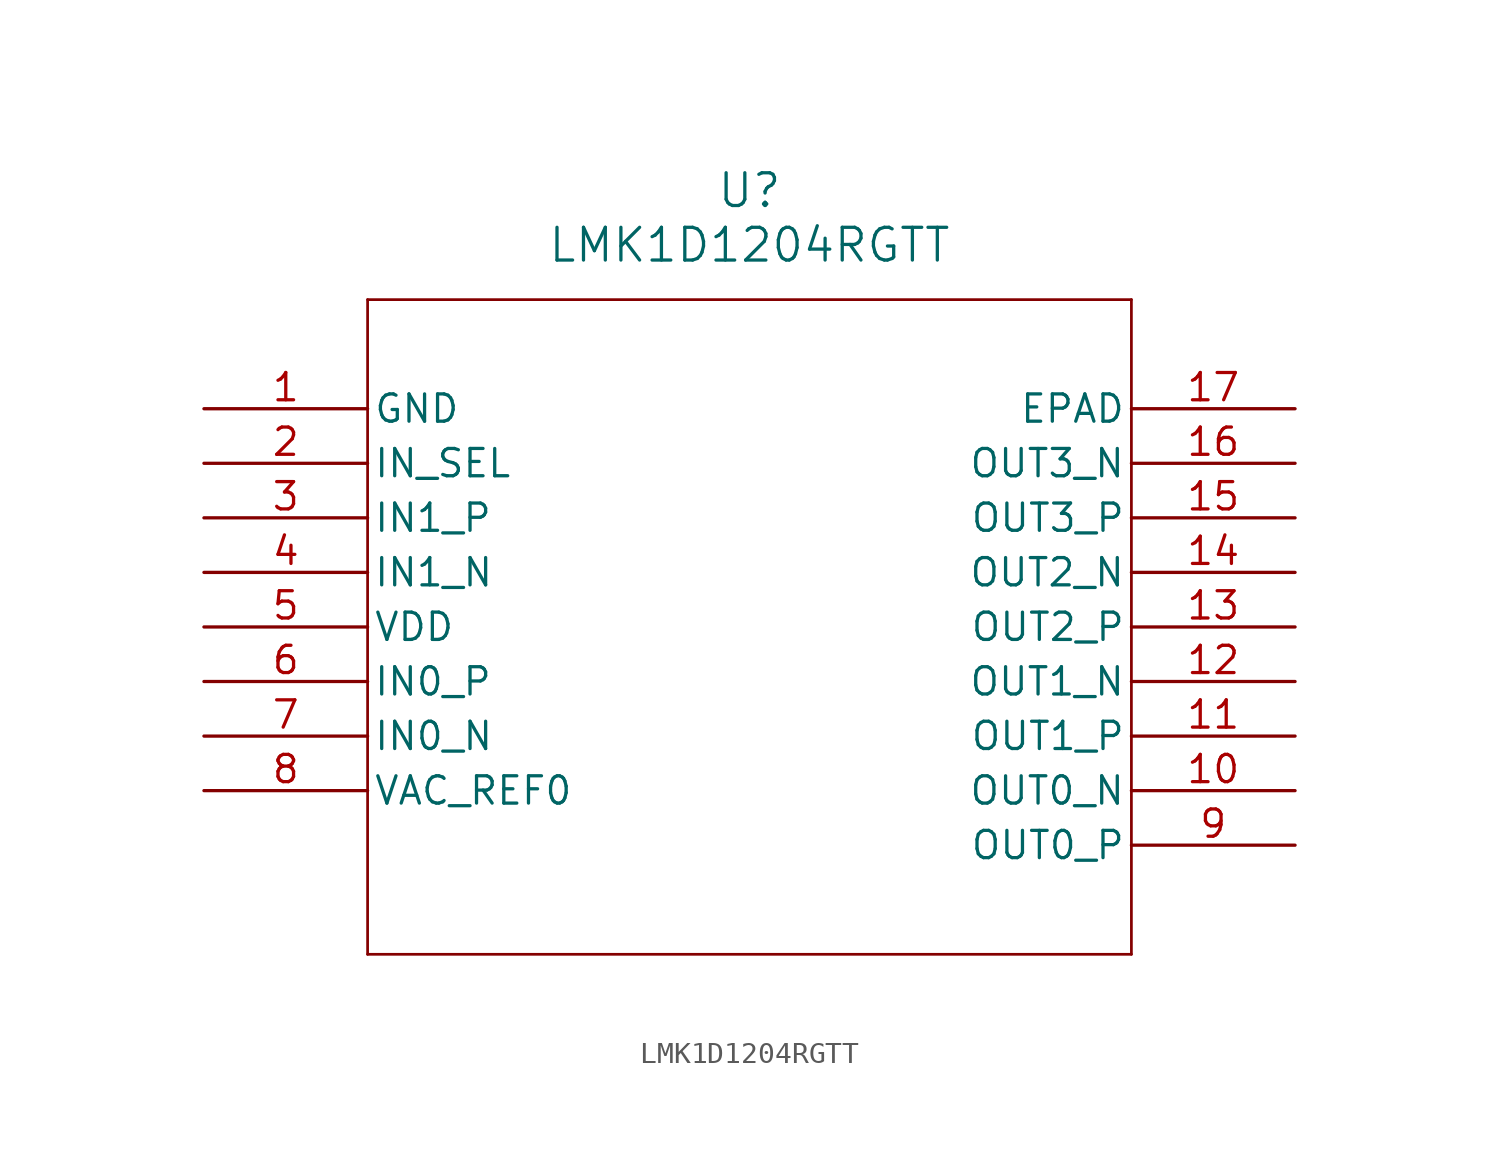
<source format=kicad_sym>
(kicad_symbol_lib
  (version 20211014)
  (generator kicad_symbol_editor)
  (symbol "LMK1D1204RGTT"
    (pin_names
      (offset 0.254))
    (property "Reference" "U"
      (at 25.4 10.16 0)
      (effects (font (size 1.524 1.524))))
    (property "Value" "LMK1D1204RGTT"
      (at 25.4 7.62 0)
      (effects (font (size 1.524 1.524))))
    (symbol "LMK1D1204RGTT_0_1"
      (polyline (pts (xy 7.62 5.08) (xy 7.62 -25.4)) (stroke (width 0.127) (type default) (color 0 0 0 0)) (fill (type none)))
      (polyline (pts (xy 7.62 -25.4) (xy 43.18 -25.4)) (stroke (width 0.127) (type default) (color 0 0 0 0)) (fill (type none)))
      (polyline (pts (xy 43.18 -25.4) (xy 43.18 5.08)) (stroke (width 0.127) (type default) (color 0 0 0 0)) (fill (type none)))
      (polyline (pts (xy 43.18 5.08) (xy 7.62 5.08)) (stroke (width 0.127) (type default) (color 0 0 0 0)) (fill (type none)))
      (pin power_out line (at 0 0 0) (length 7.62) (name "GND" (effects (font (size 1.27 1.27)))) (number "1" (effects (font (size 1.27 1.27)))))
      (pin input line (at 0 -2.54 0) (length 7.62) (name "IN_SEL" (effects (font (size 1.27 1.27)))) (number "2" (effects (font (size 1.27 1.27)))))
      (pin input line (at 0 -5.08 0) (length 7.62) (name "IN1_P" (effects (font (size 1.27 1.27)))) (number "3" (effects (font (size 1.27 1.27)))))
      (pin input line (at 0 -7.62 0) (length 7.62) (name "IN1_N" (effects (font (size 1.27 1.27)))) (number "4" (effects (font (size 1.27 1.27)))))
      (pin power_in line (at 0 -10.16 0) (length 7.62) (name "VDD" (effects (font (size 1.27 1.27)))) (number "5" (effects (font (size 1.27 1.27)))))
      (pin input line (at 0 -12.7 0) (length 7.62) (name "IN0_P" (effects (font (size 1.27 1.27)))) (number "6" (effects (font (size 1.27 1.27)))))
      (pin input line (at 0 -15.24 0) (length 7.62) (name "IN0_N" (effects (font (size 1.27 1.27)))) (number "7" (effects (font (size 1.27 1.27)))))
      (pin output line (at 0 -17.78 0) (length 7.62) (name "VAC_REF0" (effects (font (size 1.27 1.27)))) (number "8" (effects (font (size 1.27 1.27)))))
      (pin output line (at 50.8 -20.32 180) (length 7.62) (name "OUT0_P" (effects (font (size 1.27 1.27)))) (number "9" (effects (font (size 1.27 1.27)))))
      (pin output line (at 50.8 -17.78 180) (length 7.62) (name "OUT0_N" (effects (font (size 1.27 1.27)))) (number "10" (effects (font (size 1.27 1.27)))))
      (pin output line (at 50.8 -15.24 180) (length 7.62) (name "OUT1_P" (effects (font (size 1.27 1.27)))) (number "11" (effects (font (size 1.27 1.27)))))
      (pin output line (at 50.8 -12.7 180) (length 7.62) (name "OUT1_N" (effects (font (size 1.27 1.27)))) (number "12" (effects (font (size 1.27 1.27)))))
      (pin output line (at 50.8 -10.16 180) (length 7.62) (name "OUT2_P" (effects (font (size 1.27 1.27)))) (number "13" (effects (font (size 1.27 1.27)))))
      (pin output line (at 50.8 -7.62 180) (length 7.62) (name "OUT2_N" (effects (font (size 1.27 1.27)))) (number "14" (effects (font (size 1.27 1.27)))))
      (pin output line (at 50.8 -5.08 180) (length 7.62) (name "OUT3_P" (effects (font (size 1.27 1.27)))) (number "15" (effects (font (size 1.27 1.27)))))
      (pin output line (at 50.8 -2.54 180) (length 7.62) (name "OUT3_N" (effects (font (size 1.27 1.27)))) (number "16" (effects (font (size 1.27 1.27)))))
      (pin power_out line (at 50.8 0 180) (length 7.62) (name "EPAD" (effects (font (size 1.27 1.27)))) (number "17" (effects (font (size 1.27 1.27))))))))
</source>
